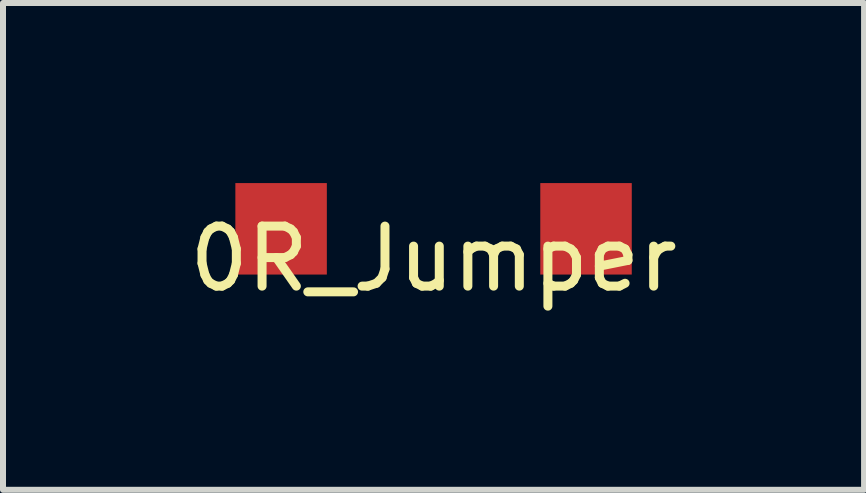
<source format=kicad_pcb>
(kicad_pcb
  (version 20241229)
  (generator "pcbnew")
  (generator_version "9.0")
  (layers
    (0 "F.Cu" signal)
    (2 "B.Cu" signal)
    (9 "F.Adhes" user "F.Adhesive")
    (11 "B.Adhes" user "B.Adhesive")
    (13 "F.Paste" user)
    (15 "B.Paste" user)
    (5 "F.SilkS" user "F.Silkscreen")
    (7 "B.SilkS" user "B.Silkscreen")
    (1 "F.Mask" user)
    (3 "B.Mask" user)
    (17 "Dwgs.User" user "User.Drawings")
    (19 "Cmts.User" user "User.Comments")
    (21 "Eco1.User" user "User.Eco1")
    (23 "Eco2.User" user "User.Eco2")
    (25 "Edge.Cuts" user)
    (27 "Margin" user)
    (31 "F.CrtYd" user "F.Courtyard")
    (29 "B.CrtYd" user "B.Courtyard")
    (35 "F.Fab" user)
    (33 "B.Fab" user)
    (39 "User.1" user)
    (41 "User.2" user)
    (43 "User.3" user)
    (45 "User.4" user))
  (footprint "0R_Jumper"
    (layer "F.Cu")
    (at 4.173 0.762)
    (property "Reference" "0R_Jumper" (at 0 0.5 0) (layer "F.SilkS") (effects (font (size 1 1) (thickness 0.15))))
    (attr through_hole)
    (pad "1" smd rect (at -2.54 0) (size 1.524 1.524) (layers "F.Cu" "F.Mask" "F.Paste"))
    (pad "1" smd rect (at 2.54 0) (size 1.524 1.524) (layers "F.Cu" "F.Mask" "F.Paste")))
  (gr_rect
    (start -3 -3)
    (end 11.345 5.11)
    (stroke (width 0.1) (type default))
    (fill no)
    (layer "Edge.Cuts")))
</source>
